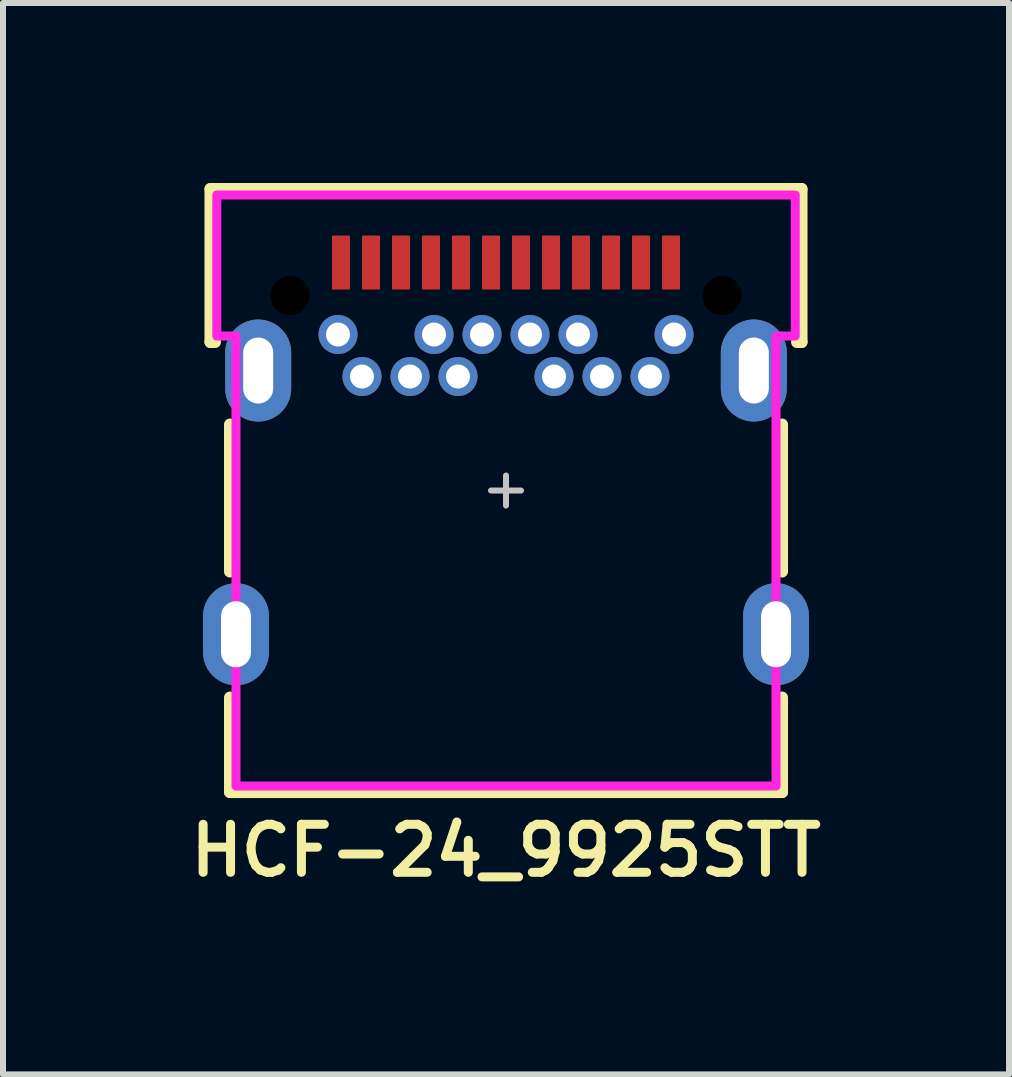
<source format=kicad_pcb>
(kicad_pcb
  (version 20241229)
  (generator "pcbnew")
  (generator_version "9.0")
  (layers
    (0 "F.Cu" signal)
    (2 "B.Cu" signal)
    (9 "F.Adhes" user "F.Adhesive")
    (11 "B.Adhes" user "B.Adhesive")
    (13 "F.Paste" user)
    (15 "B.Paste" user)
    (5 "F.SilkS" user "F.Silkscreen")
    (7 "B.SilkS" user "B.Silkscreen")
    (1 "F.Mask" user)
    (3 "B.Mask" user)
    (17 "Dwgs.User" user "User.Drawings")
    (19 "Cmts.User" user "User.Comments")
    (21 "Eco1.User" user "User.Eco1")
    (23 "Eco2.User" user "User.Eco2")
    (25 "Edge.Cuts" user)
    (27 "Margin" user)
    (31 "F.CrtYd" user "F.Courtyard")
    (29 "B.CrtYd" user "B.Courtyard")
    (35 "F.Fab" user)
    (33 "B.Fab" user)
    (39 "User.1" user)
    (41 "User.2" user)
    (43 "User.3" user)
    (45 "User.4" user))
  (footprint "HCF-24_9925STT"
    (layer "F.Cu")
    (at 5.383 5.125)
    (property "Reference" "HCF-24_9925STT" (at 0 6 0) (unlocked yes) (layer "F.SilkS") (effects (font (size 0.8 0.8) (thickness 0.15))))
    (attr smd)
    (fp_line (start -4.925 -5.025) (end 4.925 -5.025) (stroke (width 0.2) (type solid)) (layer "F.SilkS"))
    (fp_line (start -4.925 -2.475) (end -4.925 -5.025) (stroke (width 0.2) (type solid)) (layer "F.SilkS"))
    (fp_line (start -4.85 -2.475) (end -4.925 -2.475) (stroke (width 0.2) (type solid)) (layer "F.SilkS"))
    (fp_line (start -4.6 1.35) (end -4.6 -1.1) (stroke (width 0.2) (type solid)) (layer "F.SilkS"))
    (fp_line (start -4.6 3.45) (end -4.6 5.025) (stroke (width 0.2) (type solid)) (layer "F.SilkS"))
    (fp_line (start -4.6 5.025) (end 4.6 5.025) (stroke (width 0.2) (type solid)) (layer "F.SilkS"))
    (fp_line (start 4.6 1.35) (end 4.6 -1.1) (stroke (width 0.2) (type solid)) (layer "F.SilkS"))
    (fp_line (start 4.6 5.025) (end 4.6 3.45) (stroke (width 0.2) (type solid)) (layer "F.SilkS"))
    (fp_line (start 4.925 -5.025) (end 4.925 -2.475) (stroke (width 0.2) (type solid)) (layer "F.SilkS"))
    (fp_line (start 4.925 -2.475) (end 4.85 -2.475) (stroke (width 0.2) (type solid)) (layer "F.SilkS"))
    (fp_line (start -0.25 0) (end 0.25 0) (stroke (width 0.1) (type solid)) (layer "Dwgs.User"))
    (fp_line (start 0 -0.25) (end 0 0.25) (stroke (width 0.1) (type solid)) (layer "Dwgs.User"))
    (fp_poly (pts (xy 4.82 -2.575) (xy 4.5 -2.575) (xy 4.5 4.925) (xy -4.5 4.925) (xy -4.5 -2.575) (xy -4.82 -2.575) (xy -4.82 -4.925) (xy 4.82 -4.925)) (stroke (width 0.15) (type solid)) (fill no) (layer "F.CrtYd"))
    (pad "" np_thru_hole circle (at -3.6 -3.25) (size 0.65 0.65) (drill 0.65) (layers "*.Mask"))
    (pad "" np_thru_hole circle (at 3.6 -3.25) (size 0.65 0.65) (drill 0.65) (layers "*.Mask"))
    (pad "A1" smd roundrect (at -2.75 -3.8 90) (size 0.9 0.3) (layers "F.Cu" "F.Mask" "F.Paste") (roundrect_rratio 0.05))
    (pad "A2" smd roundrect (at -2.25 -3.8 90) (size 0.9 0.3) (layers "F.Cu" "F.Mask" "F.Paste") (roundrect_rratio 0.05))
    (pad "A3" smd roundrect (at -1.75 -3.8 90) (size 0.9 0.3) (layers "F.Cu" "F.Mask" "F.Paste") (roundrect_rratio 0.05))
    (pad "A4" smd roundrect (at -1.25 -3.8 90) (size 0.9 0.3) (layers "F.Cu" "F.Mask" "F.Paste") (roundrect_rratio 0.05))
    (pad "A5" smd roundrect (at -0.75 -3.8 90) (size 0.9 0.3) (layers "F.Cu" "F.Mask" "F.Paste") (roundrect_rratio 0.05))
    (pad "A6" smd roundrect (at -0.25 -3.8 90) (size 0.9 0.3) (layers "F.Cu" "F.Mask" "F.Paste") (roundrect_rratio 0.05))
    (pad "A7" smd roundrect (at 0.25 -3.8 90) (size 0.9 0.3) (layers "F.Cu" "F.Mask" "F.Paste") (roundrect_rratio 0.05))
    (pad "A8" smd roundrect (at 0.75 -3.8 90) (size 0.9 0.3) (layers "F.Cu" "F.Mask" "F.Paste") (roundrect_rratio 0.05))
    (pad "A9" smd roundrect (at 1.25 -3.8 90) (size 0.9 0.3) (layers "F.Cu" "F.Mask" "F.Paste") (roundrect_rratio 0.05))
    (pad "A10" smd roundrect (at 1.75 -3.8 90) (size 0.9 0.3) (layers "F.Cu" "F.Mask" "F.Paste") (roundrect_rratio 0.05))
    (pad "A11" smd roundrect (at 2.25 -3.8 90) (size 0.9 0.3) (layers "F.Cu" "F.Mask" "F.Paste") (roundrect_rratio 0.05))
    (pad "A12" smd roundrect (at 2.75 -3.8 90) (size 0.9 0.3) (layers "F.Cu" "F.Mask" "F.Paste") (roundrect_rratio 0.05))
    (pad "B1" thru_hole circle (at 2.8 -2.6) (size 0.65 0.65) (drill 0.4) (layers "*.Cu" "*.Mask"))
    (pad "B2" thru_hole circle (at 2.4 -1.9) (size 0.65 0.65) (drill 0.4) (layers "*.Cu" "*.Mask"))
    (pad "B3" thru_hole circle (at 1.6 -1.9) (size 0.65 0.65) (drill 0.4) (layers "*.Cu" "*.Mask"))
    (pad "B4" thru_hole circle (at 1.2 -2.6) (size 0.65 0.65) (drill 0.4) (layers "*.Cu" "*.Mask"))
    (pad "B5" thru_hole circle (at 0.8 -1.9) (size 0.65 0.65) (drill 0.4) (layers "*.Cu" "*.Mask"))
    (pad "B6" thru_hole circle (at 0.4 -2.6) (size 0.65 0.65) (drill 0.4) (layers "*.Cu" "*.Mask"))
    (pad "B7" thru_hole circle (at -0.4 -2.6) (size 0.65 0.65) (drill 0.4) (layers "*.Cu" "*.Mask"))
    (pad "B8" thru_hole circle (at -0.8 -1.9) (size 0.65 0.65) (drill 0.4) (layers "*.Cu" "*.Mask"))
    (pad "B9" thru_hole circle (at -1.2 -2.6) (size 0.65 0.65) (drill 0.4) (layers "*.Cu" "*.Mask"))
    (pad "B10" thru_hole circle (at -1.6 -1.9) (size 0.65 0.65) (drill 0.4) (layers "*.Cu" "*.Mask"))
    (pad "B11" thru_hole circle (at -2.4 -1.9) (size 0.65 0.65) (drill 0.4) (layers "*.Cu" "*.Mask"))
    (pad "B12" thru_hole circle (at -2.8 -2.6) (size 0.65 0.65) (drill 0.4) (layers "*.Cu" "*.Mask"))
    (pad "SHELL" thru_hole oval (at -4.5 2.395 90) (size 1.7 1.1) (drill oval 1.1 0.5) (layers "*.Cu" "*.Mask"))
    (pad "SHELL" thru_hole oval (at -4.13 -2 90) (size 1.7 1.1) (drill oval 1.1 0.5) (layers "*.Cu" "*.Mask"))
    (pad "SHELL" thru_hole oval (at 4.13 -2 90) (size 1.7 1.1) (drill oval 1.1 0.5) (layers "*.Cu" "*.Mask"))
    (pad "SHELL" thru_hole oval (at 4.5 2.395 90) (size 1.7 1.1) (drill oval 1.1 0.5) (layers "*.Cu" "*.Mask")))
  (gr_rect
    (start -3 -3)
    (end 13.766 14.856)
    (stroke (width 0.1) (type default))
    (fill no)
    (layer "Edge.Cuts")))
</source>
